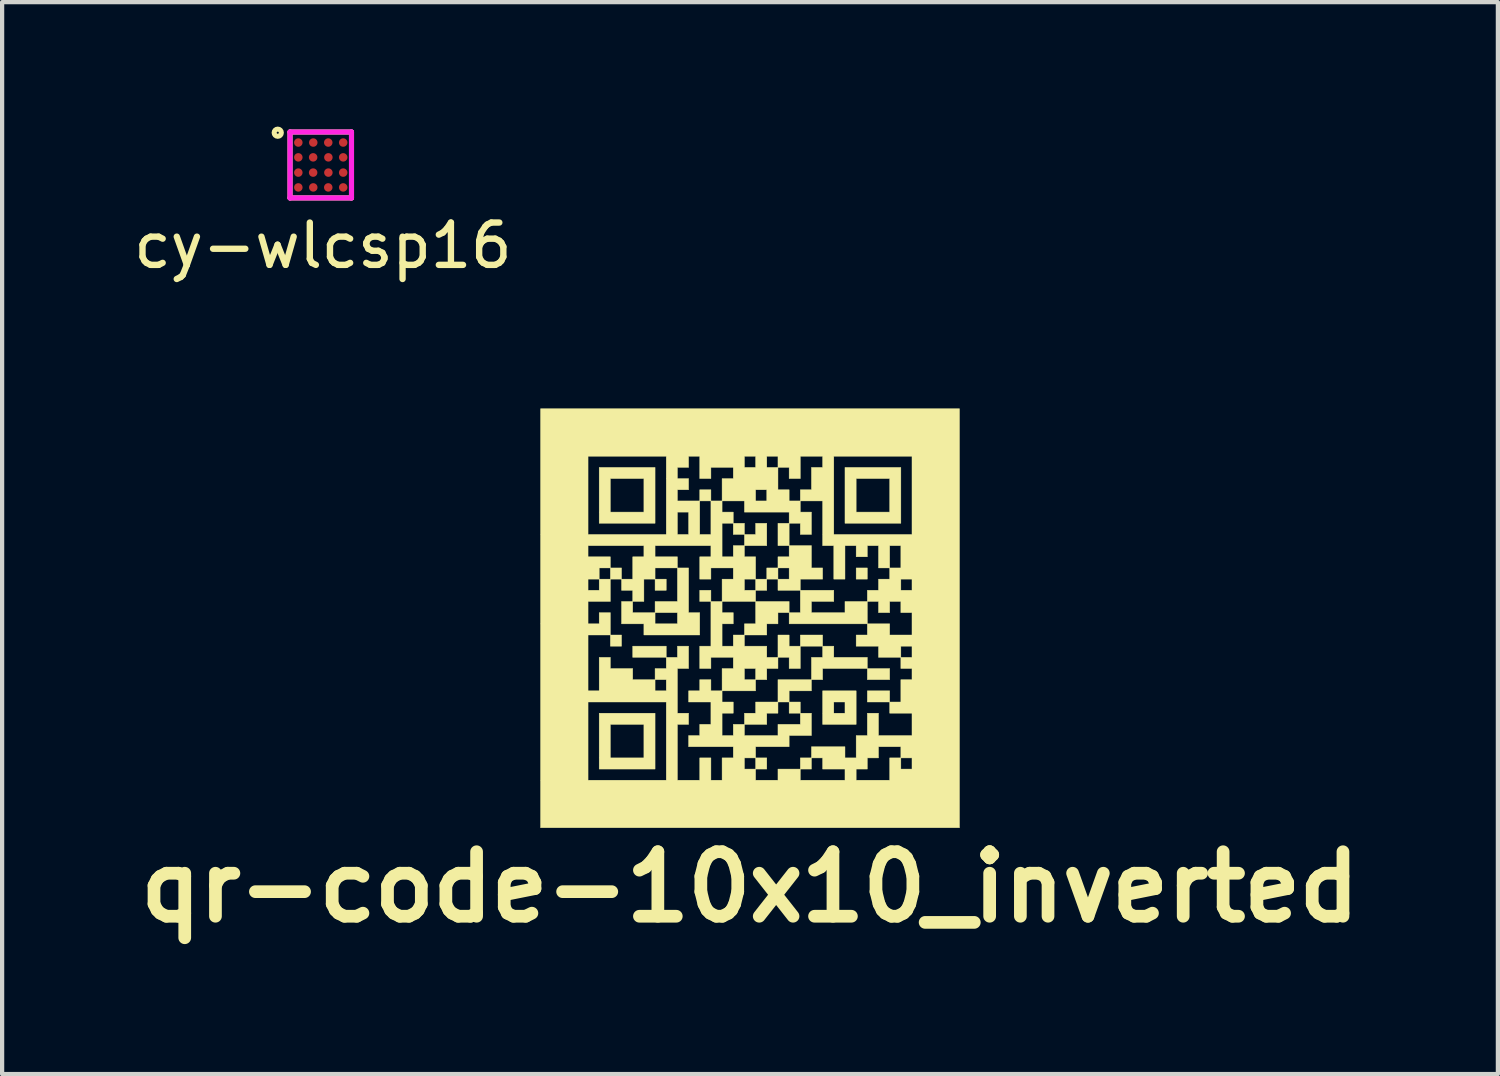
<source format=kicad_pcb>
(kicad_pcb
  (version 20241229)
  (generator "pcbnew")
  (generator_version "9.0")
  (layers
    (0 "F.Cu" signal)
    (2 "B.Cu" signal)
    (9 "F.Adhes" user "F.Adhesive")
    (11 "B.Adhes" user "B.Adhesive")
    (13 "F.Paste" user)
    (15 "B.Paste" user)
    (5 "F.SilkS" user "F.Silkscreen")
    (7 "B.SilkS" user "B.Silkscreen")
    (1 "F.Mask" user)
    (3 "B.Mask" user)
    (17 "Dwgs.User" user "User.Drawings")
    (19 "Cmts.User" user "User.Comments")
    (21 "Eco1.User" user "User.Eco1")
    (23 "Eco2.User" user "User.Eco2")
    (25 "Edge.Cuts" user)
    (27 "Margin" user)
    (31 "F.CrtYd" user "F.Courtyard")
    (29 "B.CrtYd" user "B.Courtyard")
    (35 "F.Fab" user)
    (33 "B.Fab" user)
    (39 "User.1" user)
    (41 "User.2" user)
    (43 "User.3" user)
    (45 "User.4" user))
  (footprint "qr-code-10x10_inverted"
    (layer "F.Cu")
    (at 14.667 11.554)
    (property "Reference" "qr-code-10x10_inverted" (at 0 6.35 0) (layer "F.SilkS") (effects (font (size 1.524 1.524) (thickness 0.3))))
    (attr through_hole)
    (fp_poly (pts (xy -3.035 -0.924) (xy -3.299 -0.924) (xy -3.299 -1.188) (xy -3.035 -1.188) (xy -3.035 -0.924)) (stroke (width 0.01) (type solid)) (fill yes) (layer "F.SilkS"))
    (fp_poly (pts (xy -3.035 0.66) (xy -3.299 0.66) (xy -3.299 0.396) (xy -3.035 0.396) (xy -3.035 0.66)) (stroke (width 0.01) (type solid)) (fill yes) (layer "F.SilkS"))
    (fp_poly (pts (xy -1.979 -0.66) (xy -2.243 -0.66) (xy -2.243 -0.924) (xy -1.979 -0.924) (xy -1.979 -0.66)) (stroke (width 0.01) (type solid)) (fill yes) (layer "F.SilkS"))
    (fp_poly (pts (xy -1.979 0.924) (xy -2.771 0.924) (xy -2.771 0.66) (xy -1.979 0.66) (xy -1.979 0.924)) (stroke (width 0.01) (type solid)) (fill yes) (layer "F.SilkS"))
    (fp_poly (pts (xy -1.188 -0.396) (xy -1.188 -0.66) (xy -0.924 -0.66) (xy -0.924 -0.396) (xy -1.188 -0.396)) (stroke (width 0.01) (type solid)) (fill yes) (layer "F.SilkS"))
    (fp_poly (pts (xy -0.924 -2.771) (xy -1.188 -2.771) (xy -1.188 -3.035) (xy -0.924 -3.035) (xy -0.924 -2.771)) (stroke (width 0.01) (type solid)) (fill yes) (layer "F.SilkS"))
    (fp_poly (pts (xy -0.396 -1.979) (xy -0.396 -2.243) (xy -0.132 -2.243) (xy -0.132 -1.979) (xy -0.396 -1.979)) (stroke (width 0.01) (type solid)) (fill yes) (layer "F.SilkS"))
    (fp_poly (pts (xy 0.396 -0.66) (xy 0.132 -0.66) (xy 0.132 -0.924) (xy 0.396 -0.924) (xy 0.396 -0.66)) (stroke (width 0.01) (type solid)) (fill yes) (layer "F.SilkS"))
    (fp_poly (pts (xy 0.396 3.563) (xy 0.132 3.563) (xy 0.132 3.299) (xy 0.396 3.299) (xy 0.396 3.563)) (stroke (width 0.01) (type solid)) (fill yes) (layer "F.SilkS"))
    (fp_poly (pts (xy 0.66 -1.715) (xy 0.66 -2.243) (xy 0.924 -2.243) (xy 0.924 -1.715) (xy 0.66 -1.715)) (stroke (width 0.01) (type solid)) (fill yes) (layer "F.SilkS"))
    (fp_poly (pts (xy 1.188 0.396) (xy 1.715 0.396) (xy 1.715 0.66) (xy 1.188 0.66) (xy 1.188 0.396)) (stroke (width 0.01) (type solid)) (fill yes) (layer "F.SilkS"))
    (fp_poly (pts (xy 1.188 2.243) (xy 0.924 2.243) (xy 0.924 1.979) (xy 1.188 1.979) (xy 1.188 2.243)) (stroke (width 0.01) (type solid)) (fill yes) (layer "F.SilkS"))
    (fp_poly (pts (xy 1.451 3.563) (xy 1.188 3.563) (xy 1.188 3.299) (xy 1.451 3.299) (xy 1.451 3.563)) (stroke (width 0.01) (type solid)) (fill yes) (layer "F.SilkS"))
    (fp_poly (pts (xy 2.771 -0.924) (xy 2.507 -0.924) (xy 2.507 -1.188) (xy 2.771 -1.188) (xy 2.771 -0.924)) (stroke (width 0.01) (type solid)) (fill yes) (layer "F.SilkS"))
    (fp_poly (pts (xy 3.299 1.451) (xy 2.771 1.451) (xy 2.771 1.188) (xy 3.299 1.188) (xy 3.299 1.451)) (stroke (width 0.01) (type solid)) (fill yes) (layer "F.SilkS"))
    (fp_poly (pts (xy 3.299 1.979) (xy 2.771 1.979) (xy 2.771 1.715) (xy 3.299 1.715) (xy 3.299 1.979)) (stroke (width 0.01) (type solid)) (fill yes) (layer "F.SilkS"))
    (fp_poly (pts (xy 0.132 -1.979) (xy 0.132 -2.243) (xy 0.396 -2.243) (xy 0.396 -1.715) (xy -0.132 -1.715) (xy -0.132 -1.979) (xy 0.132 -1.979)) (stroke (width 0.01) (type solid)) (fill yes) (layer "F.SilkS"))
    (fp_poly (pts (xy 0.66 1.451) (xy 1.451 1.451) (xy 1.451 1.715) (xy 0.924 1.715) (xy 0.924 1.979) (xy 0.66 1.979) (xy 0.66 1.451)) (stroke (width 0.01) (type solid)) (fill yes) (layer "F.SilkS"))
    (fp_poly (pts (xy 0.66 2.243) (xy 0.396 2.243) (xy 0.396 2.507) (xy -0.132 2.507) (xy -0.132 2.243) (xy 0.132 2.243) (xy 0.132 1.979) (xy 0.66 1.979) (xy 0.66 2.243)) (stroke (width 0.01) (type solid)) (fill yes) (layer "F.SilkS"))
    (fp_poly (pts (xy 1.188 1.188) (xy 0.924 1.188) (xy 0.924 0.924) (xy 0.66 0.924) (xy 0.66 0.396) (xy 0.924 0.396) (xy 0.924 0.66) (xy 1.188 0.66) (xy 1.188 1.188)) (stroke (width 0.01) (type solid)) (fill yes) (layer "F.SilkS"))
    (fp_poly (pts (xy -0.132 0.132) (xy 0.132 0.132) (xy 0.132 -0.396) (xy 0.924 -0.396) (xy 0.924 -0.132) (xy 0.66 -0.132) (xy 0.66 0.132) (xy 0.396 0.132) (xy 0.396 0.396) (xy -0.132 0.396) (xy -0.132 0.132)) (stroke (width 0.01) (type solid)) (fill yes) (layer "F.SilkS"))
    (fp_poly (pts (xy 1.451 0.924) (xy 1.715 0.924) (xy 1.715 0.66) (xy 1.979 0.66) (xy 1.979 0.924) (xy 2.771 0.924) (xy 2.771 1.188) (xy 1.715 1.188) (xy 1.715 1.451) (xy 1.451 1.451) (xy 1.451 0.924)) (stroke (width 0.01) (type solid)) (fill yes) (layer "F.SilkS"))
    (fp_poly (pts (xy -2.243 -2.243) (xy -3.563 -2.243) (xy -3.563 -3.299) (xy -3.299 -3.299) (xy -3.299 -2.507) (xy -2.507 -2.507) (xy -2.507 -3.299) (xy -3.299 -3.299) (xy -3.563 -3.299) (xy -3.563 -3.563) (xy -2.243 -3.563) (xy -2.243 -2.243)) (stroke (width 0.01) (type solid)) (fill yes) (layer "F.SilkS"))
    (fp_poly (pts (xy -2.243 3.563) (xy -3.563 3.563) (xy -3.563 2.507) (xy -3.299 2.507) (xy -3.299 3.299) (xy -2.507 3.299) (xy -2.507 2.507) (xy -3.299 2.507) (xy -3.563 2.507) (xy -3.563 2.243) (xy -2.243 2.243) (xy -2.243 3.563)) (stroke (width 0.01) (type solid)) (fill yes) (layer "F.SilkS"))
    (fp_poly (pts (xy 2.507 2.507) (xy 1.715 2.507) (xy 1.715 1.979) (xy 1.979 1.979) (xy 1.979 2.243) (xy 2.243 2.243) (xy 2.243 1.979) (xy 1.979 1.979) (xy 1.715 1.979) (xy 1.715 1.715) (xy 2.507 1.715) (xy 2.507 2.507)) (stroke (width 0.01) (type solid)) (fill yes) (layer "F.SilkS"))
    (fp_poly (pts (xy 3.563 -2.243) (xy 2.243 -2.243) (xy 2.243 -3.299) (xy 2.507 -3.299) (xy 2.507 -2.507) (xy 3.299 -2.507) (xy 3.299 -3.299) (xy 2.507 -3.299) (xy 2.243 -3.299) (xy 2.243 -3.563) (xy 3.563 -3.563) (xy 3.563 -2.243)) (stroke (width 0.01) (type solid)) (fill yes) (layer "F.SilkS"))
    (fp_poly (pts (xy 1.188 -0.132) (xy 1.188 -0.66) (xy 1.979 -0.66) (xy 1.979 -0.396) (xy 1.451 -0.396) (xy 1.451 -0.132) (xy 2.243 -0.132) (xy 2.243 -0.396) (xy 2.771 -0.396) (xy 2.771 0.132) (xy 0.924 0.132) (xy 0.924 -0.132) (xy 1.188 -0.132)) (stroke (width 0.01) (type solid)) (fill yes) (layer "F.SilkS"))
    (fp_poly (pts (xy -1.451 -0.132) (xy -1.188 -0.132) (xy -1.188 0.396) (xy -2.507 0.396) (xy -2.507 0.132) (xy -3.035 0.132) (xy -3.035 -0.396) (xy -2.771 -0.396) (xy -2.771 -0.132) (xy -2.243 -0.132) (xy -2.243 0.132) (xy -1.715 0.132) (xy -1.715 -0.132) (xy -2.243 -0.132) (xy -2.243 -0.396) (xy -1.715 -0.396) (xy -1.715 -1.188) (xy -1.451 -1.188) (xy -1.451 -0.132)) (stroke (width 0.01) (type solid)) (fill yes) (layer "F.SilkS"))
    (fp_poly (pts (xy 0.66 -0.66) (xy 0.66 -0.924) (xy 0.396 -0.924) (xy 0.396 -1.188) (xy 0.66 -1.188) (xy 0.66 -0.924) (xy 0.924 -0.924) (xy 0.924 -1.188) (xy 0.66 -1.188) (xy 0.66 -1.451) (xy 0.924 -1.451) (xy 0.924 -1.715) (xy 1.451 -1.715) (xy 1.451 -1.188) (xy 1.715 -1.188) (xy 1.715 -0.924) (xy 1.188 -0.924) (xy 1.188 -0.66) (xy 0.66 -0.66)) (stroke (width 0.01) (type solid)) (fill yes) (layer "F.SilkS"))
    (fp_poly (pts (xy 0.66 1.188) (xy 0.396 1.188) (xy 0.396 1.451) (xy 0.132 1.451) (xy 0.132 1.715) (xy -0.66 1.715) (xy -0.66 1.188) (xy -0.396 1.188) (xy -0.132 1.188) (xy -0.132 1.451) (xy 0.132 1.451) (xy 0.132 1.188) (xy -0.132 1.188) (xy -0.396 1.188) (xy -0.396 0.924) (xy -0.924 0.924) (xy -0.924 1.188) (xy -1.188 1.188) (xy -1.188 0.66) (xy -0.924 0.66) (xy -0.924 -0.396) (xy -0.66 -0.396) (xy -0.66 -0.132) (xy -0.396 -0.132) (xy -0.396 0.132) (xy -0.66 0.132) (xy -0.66 0.66) (xy -0.396 0.66) (xy -0.396 0.396) (xy -0.132 0.396) (xy -0.132 0.66) (xy 0.396 0.66) (xy 0.396 0.924) (xy 0.66 0.924) (xy 0.66 1.188)) (stroke (width 0.01) (type solid)) (fill yes) (layer "F.SilkS"))
    (fp_poly (pts (xy 4.948 4.948) (xy -4.948 4.948) (xy -4.948 1.979) (xy -3.826 1.979) (xy -3.826 3.826) (xy -1.979 3.826) (xy -1.979 1.979) (xy -3.826 1.979) (xy -4.948 1.979) (xy -4.948 -0.396) (xy -3.826 -0.396) (xy -3.826 0.132) (xy -3.563 0.132) (xy -3.563 -0.132) (xy -3.299 -0.132) (xy -3.299 0.396) (xy -3.826 0.396) (xy -3.826 1.715) (xy -3.563 1.715) (xy -2.243 1.715) (xy -1.979 1.715) (xy -1.979 1.451) (xy -2.243 1.451) (xy -2.243 1.715) (xy -3.563 1.715) (xy -3.563 0.924) (xy -3.299 0.924) (xy -3.299 1.188) (xy -2.771 1.188) (xy -2.771 1.451) (xy -2.243 1.451) (xy -2.243 1.188) (xy -1.979 1.188) (xy -1.979 0.924) (xy -1.715 0.924) (xy -1.715 0.66) (xy -1.451 0.66) (xy -1.451 1.188) (xy -1.715 1.188) (xy -1.715 2.243) (xy -1.451 2.243) (xy -1.451 2.507) (xy -1.715 2.507) (xy -1.715 3.826) (xy -1.188 3.826) (xy -1.188 3.299) (xy -0.924 3.299) (xy -0.924 3.826) (xy -0.66 3.826) (xy -0.66 3.299) (xy -0.396 3.299) (xy -0.396 3.035) (xy -1.451 3.035) (xy -1.451 2.771) (xy -1.188 2.771) (xy -1.188 2.507) (xy -0.924 2.507) (xy -0.924 1.979) (xy -1.451 1.979) (xy -1.451 1.715) (xy -1.188 1.715) (xy -1.188 1.451) (xy -0.924 1.451) (xy -0.924 1.715) (xy -0.66 1.715) (xy -0.66 1.979) (xy -0.396 1.979) (xy -0.396 2.243) (xy -0.66 2.243) (xy -0.66 2.771) (xy -0.396 2.771) (xy -0.396 2.507) (xy -0.132 2.507) (xy -0.132 2.771) (xy 0.66 2.771) (xy 0.66 2.507) (xy 1.188 2.507) (xy 1.188 2.243) (xy 1.451 2.243) (xy 1.451 2.771) (xy 0.924 2.771) (xy 0.924 3.035) (xy 0.132 3.035) (xy 0.132 3.299) (xy -0.132 3.299) (xy -0.132 3.563) (xy 0.132 3.563) (xy 0.132 3.826) (xy 0.66 3.826) (xy 0.66 3.563) (xy 1.188 3.563) (xy 1.188 3.826) (xy 2.243 3.826) (xy 2.243 3.563) (xy 2.507 3.563) (xy 2.507 3.826) (xy 3.299 3.826) (xy 3.299 3.299) (xy 3.563 3.299) (xy 3.563 3.563) (xy 3.826 3.563) (xy 3.826 3.299) (xy 3.563 3.299) (xy 3.563 3.035) (xy 3.035 3.035) (xy 3.035 3.299) (xy 2.771 3.299) (xy 2.771 3.563) (xy 2.507 3.563) (xy 2.243 3.563) (xy 1.715 3.563) (xy 1.715 3.299) (xy 1.451 3.299) (xy 1.451 3.035) (xy 2.243 3.035) (xy 2.243 3.299) (xy 2.507 3.299) (xy 2.507 2.771) (xy 2.771 2.771) (xy 2.771 2.243) (xy 3.035 2.243) (xy 3.035 2.771) (xy 3.826 2.771) (xy 3.826 2.243) (xy 3.299 2.243) (xy 3.299 1.979) (xy 3.563 1.979) (xy 3.563 1.451) (xy 3.826 1.451) (xy 3.826 1.188) (xy 3.563 1.188) (xy 3.563 0.924) (xy 3.035 0.924) (xy 3.035 0.66) (xy 3.563 0.66) (xy 3.563 0.924) (xy 3.826 0.924) (xy 3.826 0.66) (xy 3.563 0.66) (xy 3.035 0.66) (xy 2.507 0.66) (xy 2.507 0.396) (xy 2.771 0.396) (xy 2.771 0.132) (xy 3.299 0.132) (xy 3.299 0.396) (xy 3.826 0.396) (xy 3.826 -0.132) (xy 3.563 -0.132) (xy 3.563 -0.396) (xy 3.299 -0.396) (xy 3.299 -0.132) (xy 3.035 -0.132) (xy 3.035 -0.396) (xy 2.771 -0.396) (xy 2.771 -0.66) (xy 3.035 -0.66) (xy 3.035 -0.924) (xy 3.299 -0.924) (xy 3.563 -0.924) (xy 3.563 -0.66) (xy 3.826 -0.66) (xy 3.826 -0.924) (xy 3.563 -0.924) (xy 3.299 -0.924) (xy 3.299 -1.188) (xy 3.035 -1.188) (xy 3.035 -1.715) (xy 3.299 -1.715) (xy 3.299 -1.188) (xy 3.563 -1.188) (xy 3.563 -1.715) (xy 3.299 -1.715) (xy 3.035 -1.715) (xy 2.771 -1.715) (xy 2.771 -1.451) (xy 2.507 -1.451) (xy 2.507 -1.715) (xy 2.243 -1.715) (xy 2.243 -0.924) (xy 1.979 -0.924) (xy 1.979 -1.715) (xy 1.715 -1.715) (xy 1.715 -2.771) (xy 1.188 -2.771) (xy 1.188 -2.507) (xy 1.451 -2.507) (xy 1.451 -1.979) (xy 1.188 -1.979) (xy 1.188 -2.243) (xy 0.924 -2.243) (xy 0.924 -2.507) (xy -0.132 -2.507) (xy -0.132 -2.771) (xy -0.66 -2.771) (xy -0.66 -2.507) (xy -0.396 -2.507) (xy -0.396 -2.243) (xy -0.66 -2.243) (xy -0.66 -1.451) (xy -0.396 -1.451) (xy -0.396 -1.715) (xy -0.132 -1.715) (xy -0.132 -1.451) (xy 0.132 -1.451) (xy 0.132 -0.924) (xy -0.132 -0.924) (xy -0.132 -0.66) (xy 0.132 -0.66) (xy 0.132 -0.396) (xy -0.66 -0.396) (xy -0.66 -0.924) (xy -0.396 -0.924) (xy -0.396 -1.188) (xy -0.924 -1.188) (xy -0.924 -0.924) (xy -1.188 -0.924) (xy -1.188 -1.451) (xy -0.924 -1.451) (xy -0.924 -1.715) (xy -2.243 -1.715) (xy -2.243 -1.451) (xy -1.715 -1.451) (xy -1.715 -1.188) (xy -2.243 -1.188) (xy -2.243 -0.924) (xy -2.507 -0.924) (xy -2.507 -0.396) (xy -2.771 -0.396) (xy -2.771 -0.66) (xy -3.035 -0.66) (xy -3.035 -0.924) (xy -2.771 -0.924) (xy -2.771 -1.451) (xy -2.507 -1.451) (xy -2.507 -1.715) (xy -3.826 -1.715) (xy -3.826 -1.451) (xy -3.299 -1.451) (xy -3.299 -1.188) (xy -3.563 -1.188) (xy -3.563 -0.924) (xy -3.299 -0.924) (xy -3.299 -0.396) (xy -3.826 -0.396) (xy -4.948 -0.396) (xy -4.948 -0.924) (xy -3.826 -0.924) (xy -3.826 -0.66) (xy -3.563 -0.66) (xy -3.563 -0.924) (xy -3.826 -0.924) (xy -4.948 -0.924) (xy -4.948 -3.826) (xy -3.826 -3.826) (xy -3.826 -1.979) (xy -1.979 -1.979) (xy -1.979 -2.507) (xy -1.715 -2.507) (xy -1.715 -1.979) (xy -1.451 -1.979) (xy -1.451 -2.507) (xy -1.715 -2.507) (xy -1.979 -2.507) (xy -1.979 -3.563) (xy -1.715 -3.563) (xy -1.715 -3.299) (xy -1.451 -3.299) (xy -1.451 -3.035) (xy -1.715 -3.035) (xy -1.715 -2.771) (xy -1.188 -2.771) (xy -1.188 -1.979) (xy -0.924 -1.979) (xy -0.924 -2.771) (xy -0.66 -2.771) (xy -0.66 -3.035) (xy 0.132 -3.035) (xy 0.132 -2.771) (xy 0.396 -2.771) (xy 0.396 -3.035) (xy 0.132 -3.035) (xy -0.66 -3.035) (xy -0.66 -3.299) (xy -0.396 -3.299) (xy -0.396 -3.563) (xy -0.924 -3.563) (xy -0.924 -3.299) (xy -1.188 -3.299) (xy -1.188 -3.826) (xy -0.132 -3.826) (xy -0.132 -3.563) (xy 0.132 -3.563) (xy 0.132 -3.826) (xy 0.396 -3.826) (xy 0.396 -3.563) (xy 0.66 -3.563) (xy 0.66 -3.035) (xy 0.924 -3.035) (xy 0.924 -2.771) (xy 1.188 -2.771) (xy 1.188 -3.035) (xy 1.451 -3.035) (xy 1.451 -3.563) (xy 1.715 -3.563) (xy 1.715 -3.826) (xy 1.979 -3.826) (xy 1.979 -1.979) (xy 3.826 -1.979) (xy 3.826 -3.826) (xy 1.979 -3.826) (xy 1.715 -3.826) (xy 1.188 -3.826) (xy 1.188 -3.299) (xy 0.924 -3.299) (xy 0.924 -3.563) (xy 0.66 -3.563) (xy 0.66 -3.826) (xy 0.396 -3.826) (xy 0.132 -3.826) (xy -0.132 -3.826) (xy -1.188 -3.826) (xy -1.451 -3.826) (xy -1.451 -3.563) (xy -1.715 -3.563) (xy -1.979 -3.563) (xy -1.979 -3.826) (xy -3.826 -3.826) (xy -4.948 -3.826) (xy -4.948 -4.948) (xy 4.948 -4.948) (xy 4.948 4.948)) (stroke (width 0.01) (type solid)) (fill yes) (layer "F.SilkS")))
  (footprint "cy-wlcsp16"
    (layer "F.Cu")
    (at 4.527 0.847)
    (property "Reference" "cy-wlcsp16" (at 0.051 1.905 0) (layer "F.SilkS") (effects (font (size 1 1) (thickness 0.15))))
    (attr through_hole)
    (fp_line (start -0.726 -0.779) (end 0.726 -0.779) (stroke (width 0.12) (type solid)) (layer "F.SilkS"))
    (fp_line (start -0.726 0.779) (end -0.726 -0.779) (stroke (width 0.12) (type solid)) (layer "F.SilkS"))
    (fp_line (start 0.726 -0.779) (end 0.726 0.779) (stroke (width 0.12) (type solid)) (layer "F.SilkS"))
    (fp_line (start 0.726 0.779) (end -0.726 0.779) (stroke (width 0.12) (type solid)) (layer "F.SilkS"))
    (fp_circle (center -1.016 -0.762) (end -1.041 -0.762) (stroke (width 0.12) (type solid)) (fill no) (layer "F.SilkS"))
    (fp_line (start -0.726 -0.779) (end 0.726 -0.779) (stroke (width 0.12) (type solid)) (layer "F.CrtYd"))
    (fp_line (start -0.726 0.779) (end -0.726 -0.779) (stroke (width 0.12) (type solid)) (layer "F.CrtYd"))
    (fp_line (start 0.726 -0.779) (end 0.726 0.779) (stroke (width 0.12) (type solid)) (layer "F.CrtYd"))
    (fp_line (start 0.726 0.779) (end -0.726 0.779) (stroke (width 0.12) (type solid)) (layer "F.CrtYd"))
    (pad "1" smd circle (at -0.53 -0.53) (size 0.2 0.2) (layers "F.Cu" "F.Mask" "F.Paste"))
    (pad "2" smd circle (at -0.177 -0.53) (size 0.2 0.2) (layers "F.Cu" "F.Mask" "F.Paste"))
    (pad "3" smd circle (at 0.177 -0.53) (size 0.2 0.2) (layers "F.Cu" "F.Mask" "F.Paste"))
    (pad "4" smd circle (at 0.53 -0.53) (size 0.2 0.2) (layers "F.Cu" "F.Mask" "F.Paste"))
    (pad "5" smd circle (at -0.53 -0.18) (size 0.2 0.2) (layers "F.Cu" "F.Mask" "F.Paste"))
    (pad "6" smd circle (at -0.18 -0.18) (size 0.2 0.2) (layers "F.Cu" "F.Mask" "F.Paste"))
    (pad "7" smd circle (at 0.18 -0.18) (size 0.2 0.2) (layers "F.Cu" "F.Mask" "F.Paste"))
    (pad "8" smd circle (at 0.53 -0.18) (size 0.2 0.2) (layers "F.Cu" "F.Mask" "F.Paste"))
    (pad "9" smd circle (at -0.53 0.18) (size 0.2 0.2) (layers "F.Cu" "F.Mask" "F.Paste"))
    (pad "10" smd circle (at -0.18 0.18) (size 0.2 0.2) (layers "F.Cu" "F.Mask" "F.Paste"))
    (pad "11" smd circle (at 0.18 0.18) (size 0.2 0.2) (layers "F.Cu" "F.Mask" "F.Paste"))
    (pad "12" smd circle (at 0.53 0.18) (size 0.2 0.2) (layers "F.Cu" "F.Mask" "F.Paste"))
    (pad "13" smd circle (at -0.53 0.53) (size 0.2 0.2) (layers "F.Cu" "F.Mask" "F.Paste"))
    (pad "14" smd circle (at -0.177 0.53) (size 0.2 0.2) (layers "F.Cu" "F.Mask" "F.Paste"))
    (pad "15" smd circle (at 0.177 0.53) (size 0.2 0.2) (layers "F.Cu" "F.Mask" "F.Paste"))
    (pad "16" smd circle (at 0.53 0.53) (size 0.2 0.2) (layers "F.Cu" "F.Mask" "F.Paste")))
  (gr_rect
    (start -3 -3)
    (end 32.333 22.322)
    (stroke (width 0.1) (type default))
    (fill no)
    (layer "Edge.Cuts")))
</source>
